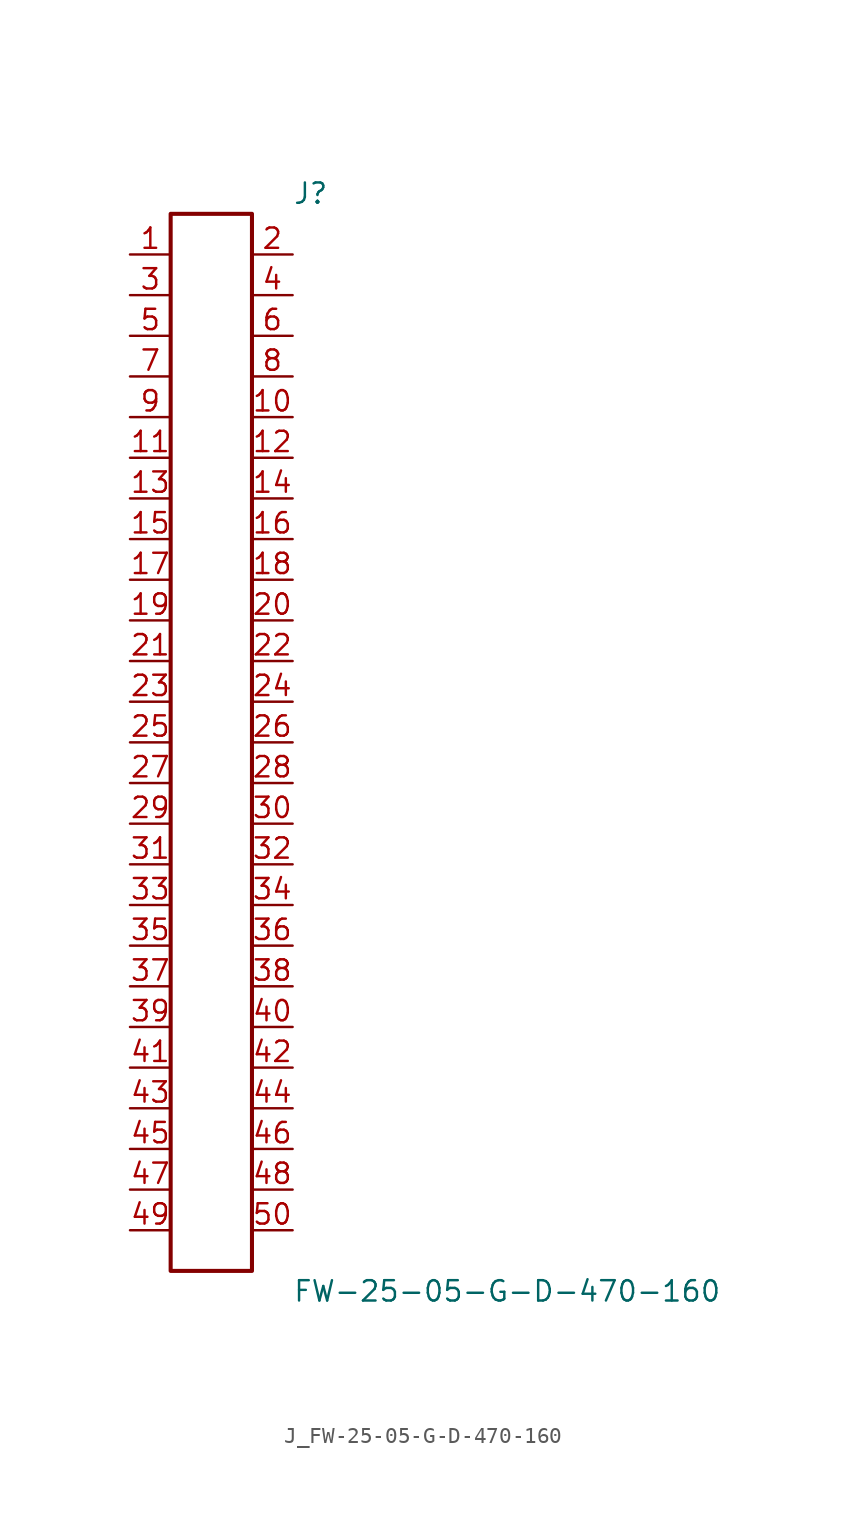
<source format=kicad_sym>
(kicad_symbol_lib
  (version 20231120)
  (generator kicad_symbol_editor)
  (generator_version 8.0)
  (symbol "J_FW-25-05-G-D-470-160"
    (pin_names
      (offset 0.254))
    (property "Reference" "J"
      (at 5.08 34.29 0)
      (effects (font (size 1.27 1.27)) (justify left)))
    (property "Value" "FW-25-05-G-D-470-160"
      (at 5.08 -34.29 0)
      (effects (font (size 1.27 1.27)) (justify left)))
    (symbol "J_FW-25-05-G-D-470-160_0_0"
      (pin unspecified line (at -5.08 30.48 0) (length 2.54) (name "" (effects (font (size 1.27 1.27)))) (number "1" (effects (font (size 1.27 1.27)))))
      (pin unspecified line (at 5.08 30.48 180) (length 2.54) (name "" (effects (font (size 1.27 1.27)))) (number "2" (effects (font (size 1.27 1.27)))))
      (pin unspecified line (at -5.08 27.94 0) (length 2.54) (name "" (effects (font (size 1.27 1.27)))) (number "3" (effects (font (size 1.27 1.27)))))
      (pin unspecified line (at 5.08 27.94 180) (length 2.54) (name "" (effects (font (size 1.27 1.27)))) (number "4" (effects (font (size 1.27 1.27)))))
      (pin unspecified line (at -5.08 25.4 0) (length 2.54) (name "" (effects (font (size 1.27 1.27)))) (number "5" (effects (font (size 1.27 1.27)))))
      (pin unspecified line (at 5.08 25.4 180) (length 2.54) (name "" (effects (font (size 1.27 1.27)))) (number "6" (effects (font (size 1.27 1.27)))))
      (pin unspecified line (at -5.08 22.86 0) (length 2.54) (name "" (effects (font (size 1.27 1.27)))) (number "7" (effects (font (size 1.27 1.27)))))
      (pin unspecified line (at 5.08 22.86 180) (length 2.54) (name "" (effects (font (size 1.27 1.27)))) (number "8" (effects (font (size 1.27 1.27)))))
      (pin unspecified line (at -5.08 20.32 0) (length 2.54) (name "" (effects (font (size 1.27 1.27)))) (number "9" (effects (font (size 1.27 1.27)))))
      (pin unspecified line (at 5.08 20.32 180) (length 2.54) (name "" (effects (font (size 1.27 1.27)))) (number "10" (effects (font (size 1.27 1.27)))))
      (pin unspecified line (at -5.08 17.78 0) (length 2.54) (name "" (effects (font (size 1.27 1.27)))) (number "11" (effects (font (size 1.27 1.27)))))
      (pin unspecified line (at 5.08 17.78 180) (length 2.54) (name "" (effects (font (size 1.27 1.27)))) (number "12" (effects (font (size 1.27 1.27)))))
      (pin unspecified line (at -5.08 15.24 0) (length 2.54) (name "" (effects (font (size 1.27 1.27)))) (number "13" (effects (font (size 1.27 1.27)))))
      (pin unspecified line (at 5.08 15.24 180) (length 2.54) (name "" (effects (font (size 1.27 1.27)))) (number "14" (effects (font (size 1.27 1.27)))))
      (pin unspecified line (at -5.08 12.7 0) (length 2.54) (name "" (effects (font (size 1.27 1.27)))) (number "15" (effects (font (size 1.27 1.27)))))
      (pin unspecified line (at 5.08 12.7 180) (length 2.54) (name "" (effects (font (size 1.27 1.27)))) (number "16" (effects (font (size 1.27 1.27)))))
      (pin unspecified line (at -5.08 10.16 0) (length 2.54) (name "" (effects (font (size 1.27 1.27)))) (number "17" (effects (font (size 1.27 1.27)))))
      (pin unspecified line (at 5.08 10.16 180) (length 2.54) (name "" (effects (font (size 1.27 1.27)))) (number "18" (effects (font (size 1.27 1.27)))))
      (pin unspecified line (at -5.08 7.62 0) (length 2.54) (name "" (effects (font (size 1.27 1.27)))) (number "19" (effects (font (size 1.27 1.27)))))
      (pin unspecified line (at 5.08 7.62 180) (length 2.54) (name "" (effects (font (size 1.27 1.27)))) (number "20" (effects (font (size 1.27 1.27)))))
      (pin unspecified line (at -5.08 5.08 0) (length 2.54) (name "" (effects (font (size 1.27 1.27)))) (number "21" (effects (font (size 1.27 1.27)))))
      (pin unspecified line (at 5.08 5.08 180) (length 2.54) (name "" (effects (font (size 1.27 1.27)))) (number "22" (effects (font (size 1.27 1.27)))))
      (pin unspecified line (at -5.08 2.54 0) (length 2.54) (name "" (effects (font (size 1.27 1.27)))) (number "23" (effects (font (size 1.27 1.27)))))
      (pin unspecified line (at 5.08 2.54 180) (length 2.54) (name "" (effects (font (size 1.27 1.27)))) (number "24" (effects (font (size 1.27 1.27)))))
      (pin unspecified line (at -5.08 0.0 0) (length 2.54) (name "" (effects (font (size 1.27 1.27)))) (number "25" (effects (font (size 1.27 1.27)))))
      (pin unspecified line (at 5.08 0.0 180) (length 2.54) (name "" (effects (font (size 1.27 1.27)))) (number "26" (effects (font (size 1.27 1.27)))))
      (pin unspecified line (at -5.08 -2.54 0) (length 2.54) (name "" (effects (font (size 1.27 1.27)))) (number "27" (effects (font (size 1.27 1.27)))))
      (pin unspecified line (at 5.08 -2.54 180) (length 2.54) (name "" (effects (font (size 1.27 1.27)))) (number "28" (effects (font (size 1.27 1.27)))))
      (pin unspecified line (at -5.08 -5.08 0) (length 2.54) (name "" (effects (font (size 1.27 1.27)))) (number "29" (effects (font (size 1.27 1.27)))))
      (pin unspecified line (at 5.08 -5.08 180) (length 2.54) (name "" (effects (font (size 1.27 1.27)))) (number "30" (effects (font (size 1.27 1.27)))))
      (pin unspecified line (at -5.08 -7.62 0) (length 2.54) (name "" (effects (font (size 1.27 1.27)))) (number "31" (effects (font (size 1.27 1.27)))))
      (pin unspecified line (at 5.08 -7.62 180) (length 2.54) (name "" (effects (font (size 1.27 1.27)))) (number "32" (effects (font (size 1.27 1.27)))))
      (pin unspecified line (at -5.08 -10.16 0) (length 2.54) (name "" (effects (font (size 1.27 1.27)))) (number "33" (effects (font (size 1.27 1.27)))))
      (pin unspecified line (at 5.08 -10.16 180) (length 2.54) (name "" (effects (font (size 1.27 1.27)))) (number "34" (effects (font (size 1.27 1.27)))))
      (pin unspecified line (at -5.08 -12.7 0) (length 2.54) (name "" (effects (font (size 1.27 1.27)))) (number "35" (effects (font (size 1.27 1.27)))))
      (pin unspecified line (at 5.08 -12.7 180) (length 2.54) (name "" (effects (font (size 1.27 1.27)))) (number "36" (effects (font (size 1.27 1.27)))))
      (pin unspecified line (at -5.08 -15.24 0) (length 2.54) (name "" (effects (font (size 1.27 1.27)))) (number "37" (effects (font (size 1.27 1.27)))))
      (pin unspecified line (at 5.08 -15.24 180) (length 2.54) (name "" (effects (font (size 1.27 1.27)))) (number "38" (effects (font (size 1.27 1.27)))))
      (pin unspecified line (at -5.08 -17.78 0) (length 2.54) (name "" (effects (font (size 1.27 1.27)))) (number "39" (effects (font (size 1.27 1.27)))))
      (pin unspecified line (at 5.08 -17.78 180) (length 2.54) (name "" (effects (font (size 1.27 1.27)))) (number "40" (effects (font (size 1.27 1.27)))))
      (pin unspecified line (at -5.08 -20.32 0) (length 2.54) (name "" (effects (font (size 1.27 1.27)))) (number "41" (effects (font (size 1.27 1.27)))))
      (pin unspecified line (at 5.08 -20.32 180) (length 2.54) (name "" (effects (font (size 1.27 1.27)))) (number "42" (effects (font (size 1.27 1.27)))))
      (pin unspecified line (at -5.08 -22.86 0) (length 2.54) (name "" (effects (font (size 1.27 1.27)))) (number "43" (effects (font (size 1.27 1.27)))))
      (pin unspecified line (at 5.08 -22.86 180) (length 2.54) (name "" (effects (font (size 1.27 1.27)))) (number "44" (effects (font (size 1.27 1.27)))))
      (pin unspecified line (at -5.08 -25.4 0) (length 2.54) (name "" (effects (font (size 1.27 1.27)))) (number "45" (effects (font (size 1.27 1.27)))))
      (pin unspecified line (at 5.08 -25.4 180) (length 2.54) (name "" (effects (font (size 1.27 1.27)))) (number "46" (effects (font (size 1.27 1.27)))))
      (pin unspecified line (at -5.08 -27.94 0) (length 2.54) (name "" (effects (font (size 1.27 1.27)))) (number "47" (effects (font (size 1.27 1.27)))))
      (pin unspecified line (at 5.08 -27.94 180) (length 2.54) (name "" (effects (font (size 1.27 1.27)))) (number "48" (effects (font (size 1.27 1.27)))))
      (pin unspecified line (at -5.08 -30.48 0) (length 2.54) (name "" (effects (font (size 1.27 1.27)))) (number "49" (effects (font (size 1.27 1.27)))))
      (pin unspecified line (at 5.08 -30.48 180) (length 2.54) (name "" (effects (font (size 1.27 1.27)))) (number "50" (effects (font (size 1.27 1.27))))))
    (symbol "J_FW-25-05-G-D-470-160_1_0"
      (rectangle (start -2.54 33.02) (end 2.54 -33.02) (stroke (width 0.254) (type solid)) (fill (type none))))))
</source>
